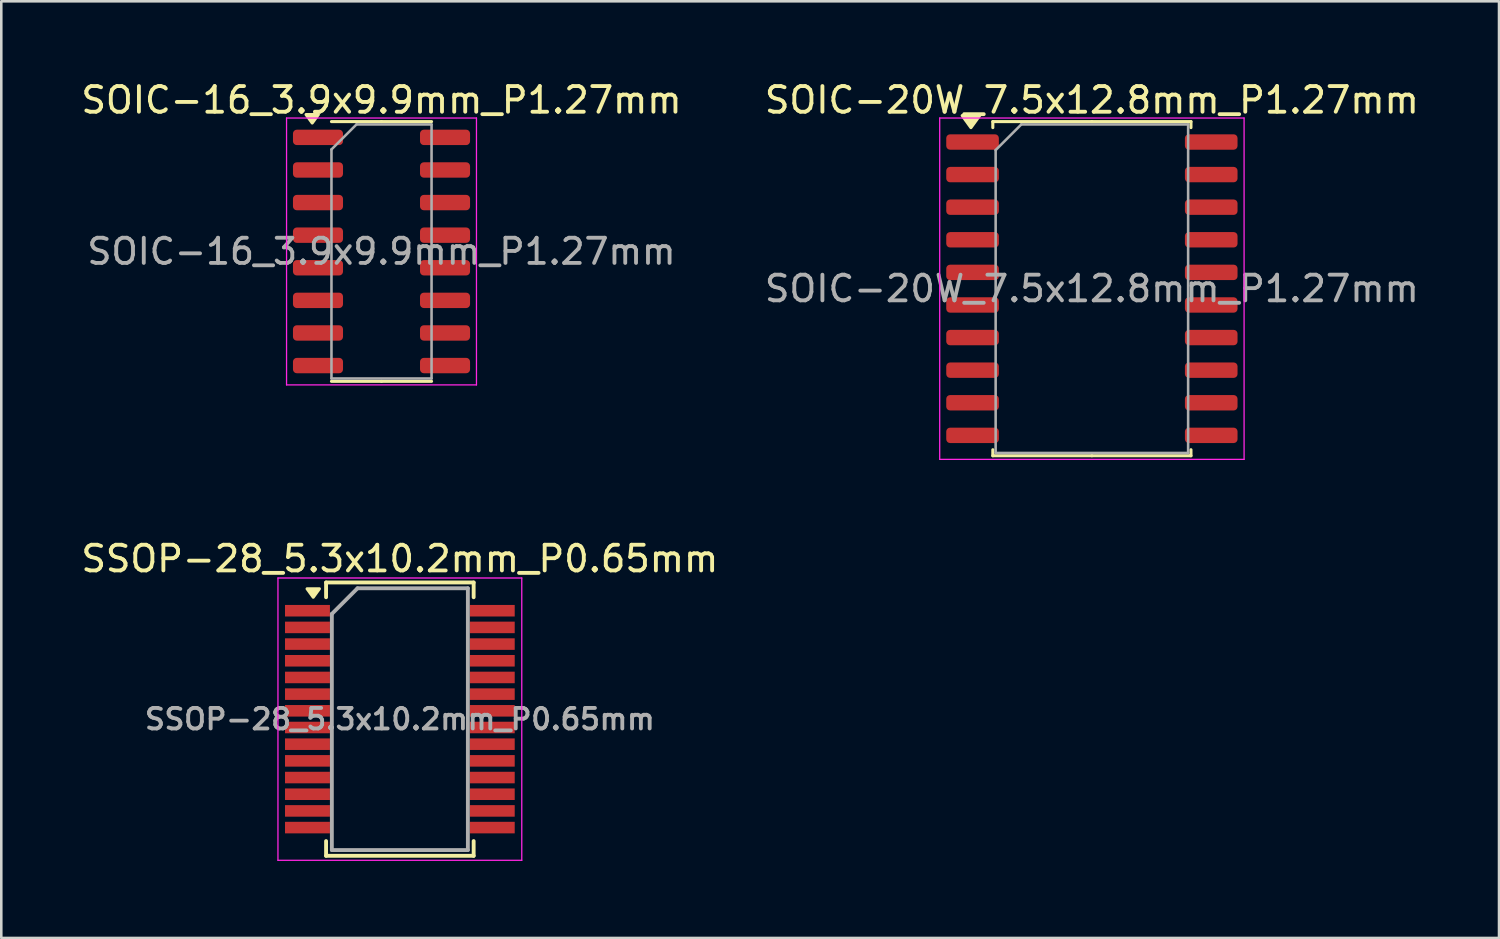
<source format=kicad_pcb>
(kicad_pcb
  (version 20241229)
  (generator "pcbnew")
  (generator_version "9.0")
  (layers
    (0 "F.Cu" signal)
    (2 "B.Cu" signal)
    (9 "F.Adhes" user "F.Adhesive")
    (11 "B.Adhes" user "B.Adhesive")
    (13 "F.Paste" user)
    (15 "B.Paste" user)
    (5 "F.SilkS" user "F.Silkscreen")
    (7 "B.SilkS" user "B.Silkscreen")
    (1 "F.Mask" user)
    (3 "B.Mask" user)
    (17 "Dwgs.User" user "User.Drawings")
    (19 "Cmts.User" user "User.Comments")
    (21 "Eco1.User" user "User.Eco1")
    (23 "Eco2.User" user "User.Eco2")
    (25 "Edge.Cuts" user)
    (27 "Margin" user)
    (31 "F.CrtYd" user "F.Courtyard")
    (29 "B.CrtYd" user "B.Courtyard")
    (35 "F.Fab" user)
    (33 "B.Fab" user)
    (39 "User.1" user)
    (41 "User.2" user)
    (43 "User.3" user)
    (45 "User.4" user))
  (footprint "SOIC-20W_7.5x12.8mm_P1.27mm"
    (layer "F.Cu")
    (at 39.494 8.198)
    (property "Reference" "SOIC-20W_7.5x12.8mm_P1.27mm" (at 0 -7.35 0) (layer "F.SilkS") (effects (font (size 1 1) (thickness 0.15))))
    (attr smd)
    (fp_line (start -3.86 -6.51) (end -3.86 -6.275) (stroke (width 0.12) (type solid)) (layer "F.SilkS"))
    (fp_line (start -3.86 6.51) (end -3.86 6.275) (stroke (width 0.12) (type solid)) (layer "F.SilkS"))
    (fp_line (start 0 -6.51) (end -3.86 -6.51) (stroke (width 0.12) (type solid)) (layer "F.SilkS"))
    (fp_line (start 0 -6.51) (end 3.86 -6.51) (stroke (width 0.12) (type solid)) (layer "F.SilkS"))
    (fp_line (start 0 6.51) (end -3.86 6.51) (stroke (width 0.12) (type solid)) (layer "F.SilkS"))
    (fp_line (start 0 6.51) (end 3.86 6.51) (stroke (width 0.12) (type solid)) (layer "F.SilkS"))
    (fp_line (start 3.86 -6.51) (end 3.86 -6.275) (stroke (width 0.12) (type solid)) (layer "F.SilkS"))
    (fp_line (start 3.86 6.51) (end 3.86 6.275) (stroke (width 0.12) (type solid)) (layer "F.SilkS"))
    (fp_poly (pts (xy -4.713 -6.275) (xy -5.053 -6.745) (xy -4.372 -6.745) (xy -4.713 -6.275)) (stroke (width 0.12) (type solid)) (fill yes) (layer "F.SilkS"))
    (fp_line (start -5.93 -6.65) (end -5.93 6.65) (stroke (width 0.05) (type solid)) (layer "F.CrtYd"))
    (fp_line (start -5.93 6.65) (end 5.93 6.65) (stroke (width 0.05) (type solid)) (layer "F.CrtYd"))
    (fp_line (start 5.93 -6.65) (end -5.93 -6.65) (stroke (width 0.05) (type solid)) (layer "F.CrtYd"))
    (fp_line (start 5.93 6.65) (end 5.93 -6.65) (stroke (width 0.05) (type solid)) (layer "F.CrtYd"))
    (fp_line (start -3.75 -5.4) (end -2.75 -6.4) (stroke (width 0.1) (type solid)) (layer "F.Fab"))
    (fp_line (start -3.75 6.4) (end -3.75 -5.4) (stroke (width 0.1) (type solid)) (layer "F.Fab"))
    (fp_line (start -2.75 -6.4) (end 3.75 -6.4) (stroke (width 0.1) (type solid)) (layer "F.Fab"))
    (fp_line (start 3.75 -6.4) (end 3.75 6.4) (stroke (width 0.1) (type solid)) (layer "F.Fab"))
    (fp_line (start 3.75 6.4) (end -3.75 6.4) (stroke (width 0.1) (type solid)) (layer "F.Fab"))
    (fp_text user "${REFERENCE}" (at 0 0 0) (layer "F.Fab") (effects (font (size 1 1) (thickness 0.15))))
    (pad "1" smd roundrect (at -4.65 -5.715) (size 2.05 0.6) (layers "F.Cu" "F.Mask" "F.Paste") (roundrect_rratio 0.25))
    (pad "2" smd roundrect (at -4.65 -4.445) (size 2.05 0.6) (layers "F.Cu" "F.Mask" "F.Paste") (roundrect_rratio 0.25))
    (pad "3" smd roundrect (at -4.65 -3.175) (size 2.05 0.6) (layers "F.Cu" "F.Mask" "F.Paste") (roundrect_rratio 0.25))
    (pad "4" smd roundrect (at -4.65 -1.905) (size 2.05 0.6) (layers "F.Cu" "F.Mask" "F.Paste") (roundrect_rratio 0.25))
    (pad "5" smd roundrect (at -4.65 -0.635) (size 2.05 0.6) (layers "F.Cu" "F.Mask" "F.Paste") (roundrect_rratio 0.25))
    (pad "6" smd roundrect (at -4.65 0.635) (size 2.05 0.6) (layers "F.Cu" "F.Mask" "F.Paste") (roundrect_rratio 0.25))
    (pad "7" smd roundrect (at -4.65 1.905) (size 2.05 0.6) (layers "F.Cu" "F.Mask" "F.Paste") (roundrect_rratio 0.25))
    (pad "8" smd roundrect (at -4.65 3.175) (size 2.05 0.6) (layers "F.Cu" "F.Mask" "F.Paste") (roundrect_rratio 0.25))
    (pad "9" smd roundrect (at -4.65 4.445) (size 2.05 0.6) (layers "F.Cu" "F.Mask" "F.Paste") (roundrect_rratio 0.25))
    (pad "10" smd roundrect (at -4.65 5.715) (size 2.05 0.6) (layers "F.Cu" "F.Mask" "F.Paste") (roundrect_rratio 0.25))
    (pad "11" smd roundrect (at 4.65 5.715) (size 2.05 0.6) (layers "F.Cu" "F.Mask" "F.Paste") (roundrect_rratio 0.25))
    (pad "12" smd roundrect (at 4.65 4.445) (size 2.05 0.6) (layers "F.Cu" "F.Mask" "F.Paste") (roundrect_rratio 0.25))
    (pad "13" smd roundrect (at 4.65 3.175) (size 2.05 0.6) (layers "F.Cu" "F.Mask" "F.Paste") (roundrect_rratio 0.25))
    (pad "14" smd roundrect (at 4.65 1.905) (size 2.05 0.6) (layers "F.Cu" "F.Mask" "F.Paste") (roundrect_rratio 0.25))
    (pad "15" smd roundrect (at 4.65 0.635) (size 2.05 0.6) (layers "F.Cu" "F.Mask" "F.Paste") (roundrect_rratio 0.25))
    (pad "16" smd roundrect (at 4.65 -0.635) (size 2.05 0.6) (layers "F.Cu" "F.Mask" "F.Paste") (roundrect_rratio 0.25))
    (pad "17" smd roundrect (at 4.65 -1.905) (size 2.05 0.6) (layers "F.Cu" "F.Mask" "F.Paste") (roundrect_rratio 0.25))
    (pad "18" smd roundrect (at 4.65 -3.175) (size 2.05 0.6) (layers "F.Cu" "F.Mask" "F.Paste") (roundrect_rratio 0.25))
    (pad "19" smd roundrect (at 4.65 -4.445) (size 2.05 0.6) (layers "F.Cu" "F.Mask" "F.Paste") (roundrect_rratio 0.25))
    (pad "20" smd roundrect (at 4.65 -5.715) (size 2.05 0.6) (layers "F.Cu" "F.Mask" "F.Paste") (roundrect_rratio 0.25)))
  (footprint "SOIC-16_3.9x9.9mm_P1.27mm"
    (layer "F.Cu")
    (at 11.815 6.748)
    (property "Reference" "SOIC-16_3.9x9.9mm_P1.27mm" (at 0 -5.9 0) (layer "F.SilkS") (effects (font (size 1 1) (thickness 0.15))))
    (attr smd)
    (fp_line (start 0 -5.06) (end -1.95 -5.06) (stroke (width 0.12) (type solid)) (layer "F.SilkS"))
    (fp_line (start 0 -5.06) (end 1.95 -5.06) (stroke (width 0.12) (type solid)) (layer "F.SilkS"))
    (fp_line (start 0 5.06) (end -1.95 5.06) (stroke (width 0.12) (type solid)) (layer "F.SilkS"))
    (fp_line (start 0 5.06) (end 1.95 5.06) (stroke (width 0.12) (type solid)) (layer "F.SilkS"))
    (fp_poly (pts (xy -2.7 -5.005) (xy -2.94 -5.335) (xy -2.46 -5.335) (xy -2.7 -5.005)) (stroke (width 0.12) (type solid)) (fill yes) (layer "F.SilkS"))
    (fp_line (start -3.7 -5.2) (end -3.7 5.2) (stroke (width 0.05) (type solid)) (layer "F.CrtYd"))
    (fp_line (start -3.7 5.2) (end 3.7 5.2) (stroke (width 0.05) (type solid)) (layer "F.CrtYd"))
    (fp_line (start 3.7 -5.2) (end -3.7 -5.2) (stroke (width 0.05) (type solid)) (layer "F.CrtYd"))
    (fp_line (start 3.7 5.2) (end 3.7 -5.2) (stroke (width 0.05) (type solid)) (layer "F.CrtYd"))
    (fp_line (start -1.95 -3.975) (end -0.975 -4.95) (stroke (width 0.1) (type solid)) (layer "F.Fab"))
    (fp_line (start -1.95 4.95) (end -1.95 -3.975) (stroke (width 0.1) (type solid)) (layer "F.Fab"))
    (fp_line (start -0.975 -4.95) (end 1.95 -4.95) (stroke (width 0.1) (type solid)) (layer "F.Fab"))
    (fp_line (start 1.95 -4.95) (end 1.95 4.95) (stroke (width 0.1) (type solid)) (layer "F.Fab"))
    (fp_line (start 1.95 4.95) (end -1.95 4.95) (stroke (width 0.1) (type solid)) (layer "F.Fab"))
    (fp_text user "${REFERENCE}" (at 0 0 0) (layer "F.Fab") (effects (font (size 0.98 0.98) (thickness 0.15))))
    (pad "1" smd roundrect (at -2.475 -4.445) (size 1.95 0.6) (layers "F.Cu" "F.Mask" "F.Paste") (roundrect_rratio 0.25))
    (pad "2" smd roundrect (at -2.475 -3.175) (size 1.95 0.6) (layers "F.Cu" "F.Mask" "F.Paste") (roundrect_rratio 0.25))
    (pad "3" smd roundrect (at -2.475 -1.905) (size 1.95 0.6) (layers "F.Cu" "F.Mask" "F.Paste") (roundrect_rratio 0.25))
    (pad "4" smd roundrect (at -2.475 -0.635) (size 1.95 0.6) (layers "F.Cu" "F.Mask" "F.Paste") (roundrect_rratio 0.25))
    (pad "5" smd roundrect (at -2.475 0.635) (size 1.95 0.6) (layers "F.Cu" "F.Mask" "F.Paste") (roundrect_rratio 0.25))
    (pad "6" smd roundrect (at -2.475 1.905) (size 1.95 0.6) (layers "F.Cu" "F.Mask" "F.Paste") (roundrect_rratio 0.25))
    (pad "7" smd roundrect (at -2.475 3.175) (size 1.95 0.6) (layers "F.Cu" "F.Mask" "F.Paste") (roundrect_rratio 0.25))
    (pad "8" smd roundrect (at -2.475 4.445) (size 1.95 0.6) (layers "F.Cu" "F.Mask" "F.Paste") (roundrect_rratio 0.25))
    (pad "9" smd roundrect (at 2.475 4.445) (size 1.95 0.6) (layers "F.Cu" "F.Mask" "F.Paste") (roundrect_rratio 0.25))
    (pad "10" smd roundrect (at 2.475 3.175) (size 1.95 0.6) (layers "F.Cu" "F.Mask" "F.Paste") (roundrect_rratio 0.25))
    (pad "11" smd roundrect (at 2.475 1.905) (size 1.95 0.6) (layers "F.Cu" "F.Mask" "F.Paste") (roundrect_rratio 0.25))
    (pad "12" smd roundrect (at 2.475 0.635) (size 1.95 0.6) (layers "F.Cu" "F.Mask" "F.Paste") (roundrect_rratio 0.25))
    (pad "13" smd roundrect (at 2.475 -0.635) (size 1.95 0.6) (layers "F.Cu" "F.Mask" "F.Paste") (roundrect_rratio 0.25))
    (pad "14" smd roundrect (at 2.475 -1.905) (size 1.95 0.6) (layers "F.Cu" "F.Mask" "F.Paste") (roundrect_rratio 0.25))
    (pad "15" smd roundrect (at 2.475 -3.175) (size 1.95 0.6) (layers "F.Cu" "F.Mask" "F.Paste") (roundrect_rratio 0.25))
    (pad "16" smd roundrect (at 2.475 -4.445) (size 1.95 0.6) (layers "F.Cu" "F.Mask" "F.Paste") (roundrect_rratio 0.25)))
  (footprint "SSOP-28_5.3x10.2mm_P0.65mm"
    (layer "F.Cu")
    (at 12.53 24.971)
    (property "Reference" "SSOP-28_5.3x10.2mm_P0.65mm" (at 0 -6.25 0) (layer "F.SilkS") (effects (font (size 1 1) (thickness 0.15))))
    (attr smd)
    (fp_line (start -2.875 -5.325) (end -2.875 -4.75) (stroke (width 0.15) (type solid)) (layer "F.SilkS"))
    (fp_line (start -2.875 -5.325) (end 2.875 -5.325) (stroke (width 0.15) (type solid)) (layer "F.SilkS"))
    (fp_line (start -2.875 4.75) (end -2.875 5.325) (stroke (width 0.15) (type solid)) (layer "F.SilkS"))
    (fp_line (start -2.875 5.325) (end 2.875 5.325) (stroke (width 0.15) (type solid)) (layer "F.SilkS"))
    (fp_line (start 2.875 -5.325) (end 2.875 -4.75) (stroke (width 0.15) (type solid)) (layer "F.SilkS"))
    (fp_line (start 2.875 4.75) (end 2.875 5.325) (stroke (width 0.15) (type solid)) (layer "F.SilkS"))
    (fp_poly (pts (xy -3.375 -4.75) (xy -3.615 -5.08) (xy -3.135 -5.08) (xy -3.375 -4.75)) (stroke (width 0.12) (type solid)) (fill yes) (layer "F.SilkS"))
    (fp_line (start -4.75 -5.5) (end -4.75 5.5) (stroke (width 0.05) (type solid)) (layer "F.CrtYd"))
    (fp_line (start -4.75 -5.5) (end 4.75 -5.5) (stroke (width 0.05) (type solid)) (layer "F.CrtYd"))
    (fp_line (start -4.75 5.5) (end 4.75 5.5) (stroke (width 0.05) (type solid)) (layer "F.CrtYd"))
    (fp_line (start 4.75 -5.5) (end 4.75 5.5) (stroke (width 0.05) (type solid)) (layer "F.CrtYd"))
    (fp_line (start -2.65 -4.1) (end -1.65 -5.1) (stroke (width 0.15) (type solid)) (layer "F.Fab"))
    (fp_line (start -2.65 5.1) (end -2.65 -4.1) (stroke (width 0.15) (type solid)) (layer "F.Fab"))
    (fp_line (start -1.65 -5.1) (end 2.65 -5.1) (stroke (width 0.15) (type solid)) (layer "F.Fab"))
    (fp_line (start 2.65 -5.1) (end 2.65 5.1) (stroke (width 0.15) (type solid)) (layer "F.Fab"))
    (fp_line (start 2.65 5.1) (end -2.65 5.1) (stroke (width 0.15) (type solid)) (layer "F.Fab"))
    (fp_text user "${REFERENCE}" (at 0 0 0) (layer "F.Fab") (effects (font (size 0.8 0.8) (thickness 0.15))))
    (pad "1" smd rect (at -3.6 -4.225) (size 1.75 0.45) (layers "F.Cu" "F.Mask" "F.Paste"))
    (pad "2" smd rect (at -3.6 -3.575) (size 1.75 0.45) (layers "F.Cu" "F.Mask" "F.Paste"))
    (pad "3" smd rect (at -3.6 -2.925) (size 1.75 0.45) (layers "F.Cu" "F.Mask" "F.Paste"))
    (pad "4" smd rect (at -3.6 -2.275) (size 1.75 0.45) (layers "F.Cu" "F.Mask" "F.Paste"))
    (pad "5" smd rect (at -3.6 -1.625) (size 1.75 0.45) (layers "F.Cu" "F.Mask" "F.Paste"))
    (pad "6" smd rect (at -3.6 -0.975) (size 1.75 0.45) (layers "F.Cu" "F.Mask" "F.Paste"))
    (pad "7" smd rect (at -3.6 -0.325) (size 1.75 0.45) (layers "F.Cu" "F.Mask" "F.Paste"))
    (pad "8" smd rect (at -3.6 0.325) (size 1.75 0.45) (layers "F.Cu" "F.Mask" "F.Paste"))
    (pad "9" smd rect (at -3.6 0.975) (size 1.75 0.45) (layers "F.Cu" "F.Mask" "F.Paste"))
    (pad "10" smd rect (at -3.6 1.625) (size 1.75 0.45) (layers "F.Cu" "F.Mask" "F.Paste"))
    (pad "11" smd rect (at -3.6 2.275) (size 1.75 0.45) (layers "F.Cu" "F.Mask" "F.Paste"))
    (pad "12" smd rect (at -3.6 2.925) (size 1.75 0.45) (layers "F.Cu" "F.Mask" "F.Paste"))
    (pad "13" smd rect (at -3.6 3.575) (size 1.75 0.45) (layers "F.Cu" "F.Mask" "F.Paste"))
    (pad "14" smd rect (at -3.6 4.225) (size 1.75 0.45) (layers "F.Cu" "F.Mask" "F.Paste"))
    (pad "15" smd rect (at 3.6 4.225) (size 1.75 0.45) (layers "F.Cu" "F.Mask" "F.Paste"))
    (pad "16" smd rect (at 3.6 3.575) (size 1.75 0.45) (layers "F.Cu" "F.Mask" "F.Paste"))
    (pad "17" smd rect (at 3.6 2.925) (size 1.75 0.45) (layers "F.Cu" "F.Mask" "F.Paste"))
    (pad "18" smd rect (at 3.6 2.275) (size 1.75 0.45) (layers "F.Cu" "F.Mask" "F.Paste"))
    (pad "19" smd rect (at 3.6 1.625) (size 1.75 0.45) (layers "F.Cu" "F.Mask" "F.Paste"))
    (pad "20" smd rect (at 3.6 0.975) (size 1.75 0.45) (layers "F.Cu" "F.Mask" "F.Paste"))
    (pad "21" smd rect (at 3.6 0.325) (size 1.75 0.45) (layers "F.Cu" "F.Mask" "F.Paste"))
    (pad "22" smd rect (at 3.6 -0.325) (size 1.75 0.45) (layers "F.Cu" "F.Mask" "F.Paste"))
    (pad "23" smd rect (at 3.6 -0.975) (size 1.75 0.45) (layers "F.Cu" "F.Mask" "F.Paste"))
    (pad "24" smd rect (at 3.6 -1.625) (size 1.75 0.45) (layers "F.Cu" "F.Mask" "F.Paste"))
    (pad "25" smd rect (at 3.6 -2.275) (size 1.75 0.45) (layers "F.Cu" "F.Mask" "F.Paste"))
    (pad "26" smd rect (at 3.6 -2.925) (size 1.75 0.45) (layers "F.Cu" "F.Mask" "F.Paste"))
    (pad "27" smd rect (at 3.6 -3.575) (size 1.75 0.45) (layers "F.Cu" "F.Mask" "F.Paste"))
    (pad "28" smd rect (at 3.6 -4.225) (size 1.75 0.45) (layers "F.Cu" "F.Mask" "F.Paste")))
  (gr_rect
    (start -3 -3)
    (end 55.357 33.496)
    (stroke (width 0.1) (type default))
    (fill no)
    (layer "Edge.Cuts")))
</source>
